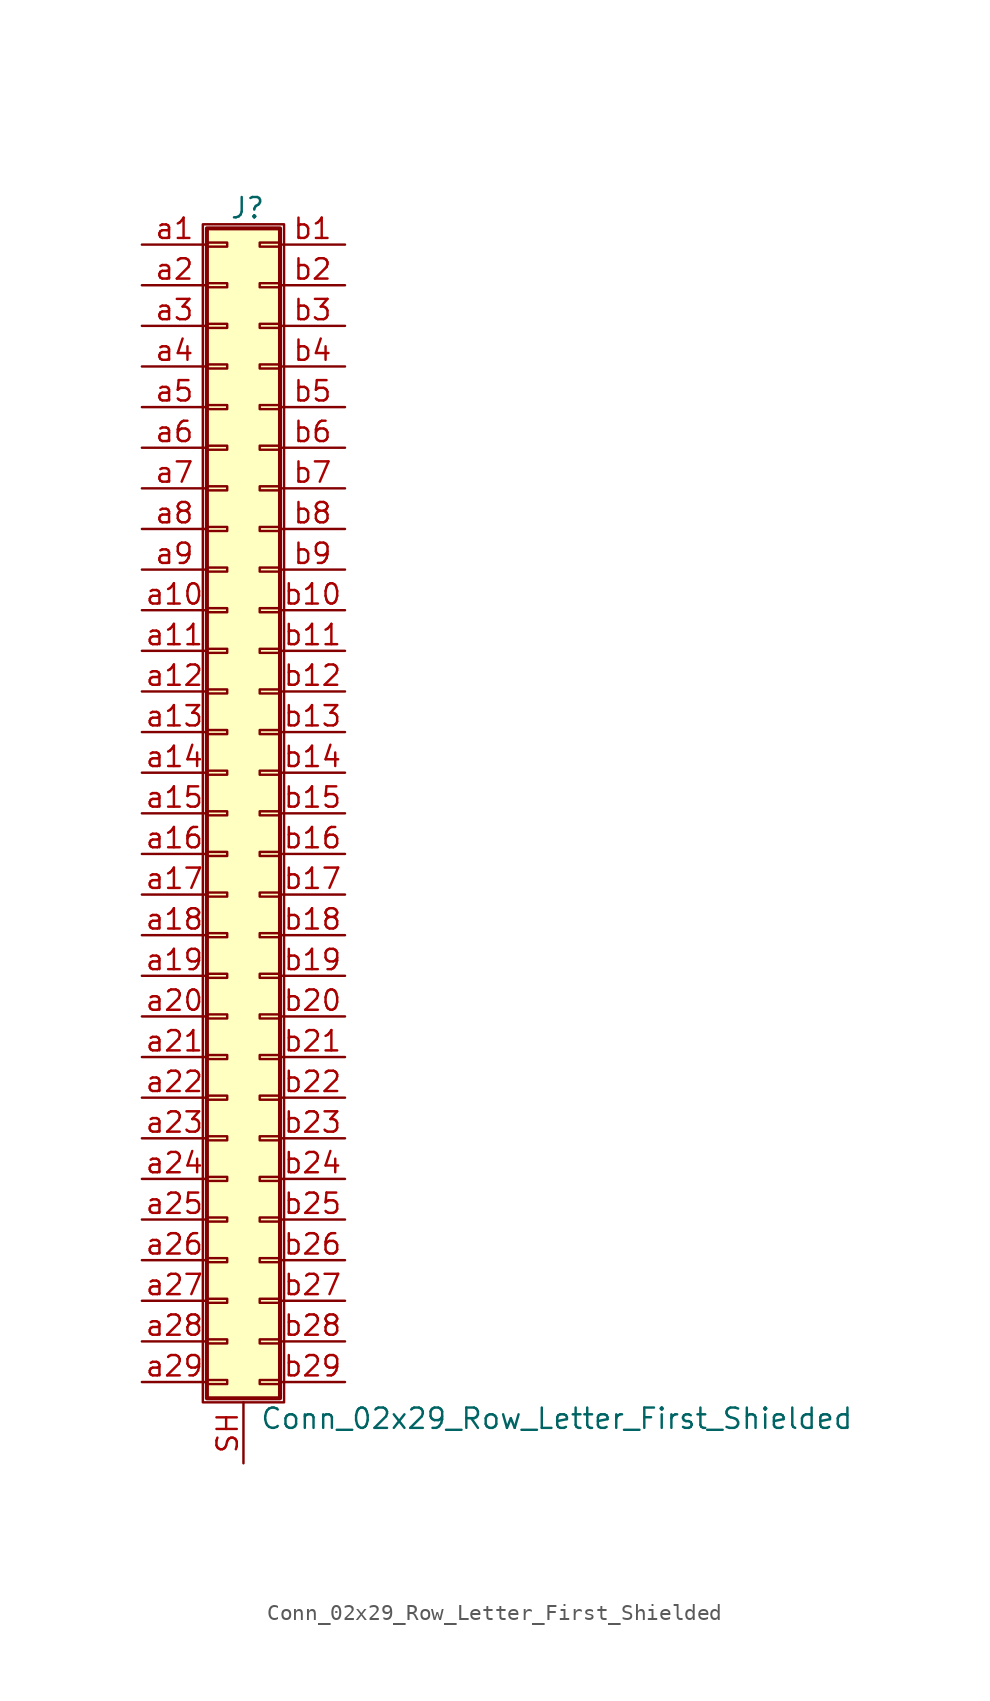
<source format=kicad_sym>
(kicad_symbol_lib
  (version 20201005)
  (generator kicad_symbol_editor)
  (symbol "Connector_Generic_Shielded:Conn_02x29_Row_Letter_First_Shielded"
    (pin_names
      (offset 1.016) hide)
    (property "Reference" "J"
      (at 1.524 37.846 0)
      (effects (font (size 1.27 1.27))))
    (property "Value" "Conn_02x29_Row_Letter_First_Shielded"
      (at 2.286 -37.846 0)
      (effects (font (size 1.27 1.27)) (justify left)))
    (symbol "Conn_02x29_Row_Letter_First_Shielded_1_1"
      (rectangle (start -1.016 -27.813) (end 0.254 -28.067) (stroke (width 0.152)) (fill (type none)))
      (rectangle (start -1.016 -30.353) (end 0.254 -30.607) (stroke (width 0.152)) (fill (type none)))
      (rectangle (start -1.016 -32.893) (end 0.254 -33.147) (stroke (width 0.152)) (fill (type none)))
      (rectangle (start -1.016 -35.433) (end 0.254 -35.687) (stroke (width 0.152)) (fill (type none)))
      (rectangle (start -1.016 -4.953) (end 0.254 -5.207) (stroke (width 0.152)) (fill (type none)))
      (rectangle (start -1.016 -7.493) (end 0.254 -7.747) (stroke (width 0.152)) (fill (type none)))
      (rectangle (start -1.016 -10.033) (end 0.254 -10.287) (stroke (width 0.152)) (fill (type none)))
      (rectangle (start -1.016 -12.573) (end 0.254 -12.827) (stroke (width 0.152)) (fill (type none)))
      (rectangle (start -1.016 -15.113) (end 0.254 -15.367) (stroke (width 0.152)) (fill (type none)))
      (rectangle (start -1.016 -17.653) (end 0.254 -17.907) (stroke (width 0.152)) (fill (type none)))
      (rectangle (start -1.016 -20.193) (end 0.254 -20.447) (stroke (width 0.152)) (fill (type none)))
      (rectangle (start -1.016 -22.733) (end 0.254 -22.987) (stroke (width 0.152)) (fill (type none)))
      (rectangle (start -1.016 -2.413) (end 0.254 -2.667) (stroke (width 0.152)) (fill (type none)))
      (rectangle (start -1.016 -25.273) (end 0.254 -25.527) (stroke (width 0.152)) (fill (type none)))
      (rectangle (start -1.016 25.527) (end 0.254 25.273) (stroke (width 0.152)) (fill (type none)))
      (rectangle (start -1.016 2.667) (end 0.254 2.413) (stroke (width 0.152)) (fill (type none)))
      (rectangle (start -1.016 28.067) (end 0.254 27.813) (stroke (width 0.152)) (fill (type none)))
      (rectangle (start -1.016 30.607) (end 0.254 30.353) (stroke (width 0.152)) (fill (type none)))
      (rectangle (start -1.016 33.147) (end 0.254 32.893) (stroke (width 0.152)) (fill (type none)))
      (rectangle (start -1.016 35.687) (end 0.254 35.433) (stroke (width 0.152)) (fill (type none)))
      (rectangle (start -1.016 36.576) (end 3.556 -36.576) (stroke (width 0.254)) (fill (type background)))
      (rectangle (start -1.016 5.207) (end 0.254 4.953) (stroke (width 0.152)) (fill (type none)))
      (rectangle (start -1.016 7.747) (end 0.254 7.493) (stroke (width 0.152)) (fill (type none)))
      (rectangle (start -1.016 10.287) (end 0.254 10.033) (stroke (width 0.152)) (fill (type none)))
      (rectangle (start -1.016 0.127) (end 0.254 -0.127) (stroke (width 0.152)) (fill (type none)))
      (rectangle (start -1.016 12.827) (end 0.254 12.573) (stroke (width 0.152)) (fill (type none)))
      (rectangle (start -1.016 15.367) (end 0.254 15.113) (stroke (width 0.152)) (fill (type none)))
      (rectangle (start -1.016 17.907) (end 0.254 17.653) (stroke (width 0.152)) (fill (type none)))
      (rectangle (start -1.016 20.447) (end 0.254 20.193) (stroke (width 0.152)) (fill (type none)))
      (rectangle (start -1.016 22.987) (end 0.254 22.733) (stroke (width 0.152)) (fill (type none)))
      (rectangle (start -1.27 36.83) (end 3.81 -36.83) (stroke (width 0.152)) (fill (type none)))
      (rectangle (start 3.556 -27.813) (end 2.286 -28.067) (stroke (width 0.152)) (fill (type none)))
      (rectangle (start 3.556 -30.353) (end 2.286 -30.607) (stroke (width 0.152)) (fill (type none)))
      (rectangle (start 3.556 -32.893) (end 2.286 -33.147) (stroke (width 0.152)) (fill (type none)))
      (rectangle (start 3.556 -35.433) (end 2.286 -35.687) (stroke (width 0.152)) (fill (type none)))
      (rectangle (start 3.556 -4.953) (end 2.286 -5.207) (stroke (width 0.152)) (fill (type none)))
      (rectangle (start 3.556 -7.493) (end 2.286 -7.747) (stroke (width 0.152)) (fill (type none)))
      (rectangle (start 3.556 -10.033) (end 2.286 -10.287) (stroke (width 0.152)) (fill (type none)))
      (rectangle (start 3.556 -12.573) (end 2.286 -12.827) (stroke (width 0.152)) (fill (type none)))
      (rectangle (start 3.556 -15.113) (end 2.286 -15.367) (stroke (width 0.152)) (fill (type none)))
      (rectangle (start 3.556 -17.653) (end 2.286 -17.907) (stroke (width 0.152)) (fill (type none)))
      (rectangle (start 3.556 -20.193) (end 2.286 -20.447) (stroke (width 0.152)) (fill (type none)))
      (rectangle (start 3.556 -22.733) (end 2.286 -22.987) (stroke (width 0.152)) (fill (type none)))
      (rectangle (start 3.556 -2.413) (end 2.286 -2.667) (stroke (width 0.152)) (fill (type none)))
      (rectangle (start 3.556 -25.273) (end 2.286 -25.527) (stroke (width 0.152)) (fill (type none)))
      (rectangle (start 3.556 25.527) (end 2.286 25.273) (stroke (width 0.152)) (fill (type none)))
      (rectangle (start 3.556 2.667) (end 2.286 2.413) (stroke (width 0.152)) (fill (type none)))
      (rectangle (start 3.556 28.067) (end 2.286 27.813) (stroke (width 0.152)) (fill (type none)))
      (rectangle (start 3.556 30.607) (end 2.286 30.353) (stroke (width 0.152)) (fill (type none)))
      (rectangle (start 3.556 33.147) (end 2.286 32.893) (stroke (width 0.152)) (fill (type none)))
      (rectangle (start 3.556 35.687) (end 2.286 35.433) (stroke (width 0.152)) (fill (type none)))
      (rectangle (start 3.556 5.207) (end 2.286 4.953) (stroke (width 0.152)) (fill (type none)))
      (rectangle (start 3.556 7.747) (end 2.286 7.493) (stroke (width 0.152)) (fill (type none)))
      (rectangle (start 3.556 10.287) (end 2.286 10.033) (stroke (width 0.152)) (fill (type none)))
      (rectangle (start 3.556 0.127) (end 2.286 -0.127) (stroke (width 0.152)) (fill (type none)))
      (rectangle (start 3.556 12.827) (end 2.286 12.573) (stroke (width 0.152)) (fill (type none)))
      (rectangle (start 3.556 15.367) (end 2.286 15.113) (stroke (width 0.152)) (fill (type none)))
      (rectangle (start 3.556 17.907) (end 2.286 17.653) (stroke (width 0.152)) (fill (type none)))
      (rectangle (start 3.556 20.447) (end 2.286 20.193) (stroke (width 0.152)) (fill (type none)))
      (rectangle (start 3.556 22.987) (end 2.286 22.733) (stroke (width 0.152)) (fill (type none)))
      (pin passive line (at -5.08 35.56 0) (length 4.064) (name "Pin_a1" (effects (font (size 1.27 1.27)))) (number "a1" (effects (font (size 1.27 1.27)))))
      (pin passive line (at -5.08 12.7 0) (length 4.064) (name "Pin_a10" (effects (font (size 1.27 1.27)))) (number "a10" (effects (font (size 1.27 1.27)))))
      (pin passive line (at -5.08 10.16 0) (length 4.064) (name "Pin_a11" (effects (font (size 1.27 1.27)))) (number "a11" (effects (font (size 1.27 1.27)))))
      (pin passive line (at -5.08 7.62 0) (length 4.064) (name "Pin_a12" (effects (font (size 1.27 1.27)))) (number "a12" (effects (font (size 1.27 1.27)))))
      (pin passive line (at -5.08 5.08 0) (length 4.064) (name "Pin_a13" (effects (font (size 1.27 1.27)))) (number "a13" (effects (font (size 1.27 1.27)))))
      (pin passive line (at -5.08 2.54 0) (length 4.064) (name "Pin_a14" (effects (font (size 1.27 1.27)))) (number "a14" (effects (font (size 1.27 1.27)))))
      (pin passive line (at -5.08 0 0) (length 4.064) (name "Pin_a15" (effects (font (size 1.27 1.27)))) (number "a15" (effects (font (size 1.27 1.27)))))
      (pin passive line (at -5.08 -2.54 0) (length 4.064) (name "Pin_a16" (effects (font (size 1.27 1.27)))) (number "a16" (effects (font (size 1.27 1.27)))))
      (pin passive line (at -5.08 -5.08 0) (length 4.064) (name "Pin_a17" (effects (font (size 1.27 1.27)))) (number "a17" (effects (font (size 1.27 1.27)))))
      (pin passive line (at -5.08 -7.62 0) (length 4.064) (name "Pin_a18" (effects (font (size 1.27 1.27)))) (number "a18" (effects (font (size 1.27 1.27)))))
      (pin passive line (at -5.08 -10.16 0) (length 4.064) (name "Pin_a19" (effects (font (size 1.27 1.27)))) (number "a19" (effects (font (size 1.27 1.27)))))
      (pin passive line (at -5.08 33.02 0) (length 4.064) (name "Pin_a2" (effects (font (size 1.27 1.27)))) (number "a2" (effects (font (size 1.27 1.27)))))
      (pin passive line (at -5.08 -12.7 0) (length 4.064) (name "Pin_a20" (effects (font (size 1.27 1.27)))) (number "a20" (effects (font (size 1.27 1.27)))))
      (pin passive line (at -5.08 -15.24 0) (length 4.064) (name "Pin_a21" (effects (font (size 1.27 1.27)))) (number "a21" (effects (font (size 1.27 1.27)))))
      (pin passive line (at -5.08 -17.78 0) (length 4.064) (name "Pin_a22" (effects (font (size 1.27 1.27)))) (number "a22" (effects (font (size 1.27 1.27)))))
      (pin passive line (at -5.08 -20.32 0) (length 4.064) (name "Pin_a23" (effects (font (size 1.27 1.27)))) (number "a23" (effects (font (size 1.27 1.27)))))
      (pin passive line (at -5.08 -22.86 0) (length 4.064) (name "Pin_a24" (effects (font (size 1.27 1.27)))) (number "a24" (effects (font (size 1.27 1.27)))))
      (pin passive line (at -5.08 -25.4 0) (length 4.064) (name "Pin_a25" (effects (font (size 1.27 1.27)))) (number "a25" (effects (font (size 1.27 1.27)))))
      (pin passive line (at -5.08 -27.94 0) (length 4.064) (name "Pin_a26" (effects (font (size 1.27 1.27)))) (number "a26" (effects (font (size 1.27 1.27)))))
      (pin passive line (at -5.08 -30.48 0) (length 4.064) (name "Pin_a27" (effects (font (size 1.27 1.27)))) (number "a27" (effects (font (size 1.27 1.27)))))
      (pin passive line (at -5.08 -33.02 0) (length 4.064) (name "Pin_a28" (effects (font (size 1.27 1.27)))) (number "a28" (effects (font (size 1.27 1.27)))))
      (pin passive line (at -5.08 -35.56 0) (length 4.064) (name "Pin_a29" (effects (font (size 1.27 1.27)))) (number "a29" (effects (font (size 1.27 1.27)))))
      (pin passive line (at -5.08 30.48 0) (length 4.064) (name "Pin_a3" (effects (font (size 1.27 1.27)))) (number "a3" (effects (font (size 1.27 1.27)))))
      (pin passive line (at -5.08 27.94 0) (length 4.064) (name "Pin_a4" (effects (font (size 1.27 1.27)))) (number "a4" (effects (font (size 1.27 1.27)))))
      (pin passive line (at -5.08 25.4 0) (length 4.064) (name "Pin_a5" (effects (font (size 1.27 1.27)))) (number "a5" (effects (font (size 1.27 1.27)))))
      (pin passive line (at -5.08 22.86 0) (length 4.064) (name "Pin_a6" (effects (font (size 1.27 1.27)))) (number "a6" (effects (font (size 1.27 1.27)))))
      (pin passive line (at -5.08 20.32 0) (length 4.064) (name "Pin_a7" (effects (font (size 1.27 1.27)))) (number "a7" (effects (font (size 1.27 1.27)))))
      (pin passive line (at -5.08 17.78 0) (length 4.064) (name "Pin_a8" (effects (font (size 1.27 1.27)))) (number "a8" (effects (font (size 1.27 1.27)))))
      (pin passive line (at -5.08 15.24 0) (length 4.064) (name "Pin_a9" (effects (font (size 1.27 1.27)))) (number "a9" (effects (font (size 1.27 1.27)))))
      (pin passive line (at 7.62 35.56 180) (length 4.064) (name "Pin_b1" (effects (font (size 1.27 1.27)))) (number "b1" (effects (font (size 1.27 1.27)))))
      (pin passive line (at 7.62 12.7 180) (length 4.064) (name "Pin_b10" (effects (font (size 1.27 1.27)))) (number "b10" (effects (font (size 1.27 1.27)))))
      (pin passive line (at 7.62 10.16 180) (length 4.064) (name "Pin_b11" (effects (font (size 1.27 1.27)))) (number "b11" (effects (font (size 1.27 1.27)))))
      (pin passive line (at 7.62 7.62 180) (length 4.064) (name "Pin_b12" (effects (font (size 1.27 1.27)))) (number "b12" (effects (font (size 1.27 1.27)))))
      (pin passive line (at 7.62 5.08 180) (length 4.064) (name "Pin_b13" (effects (font (size 1.27 1.27)))) (number "b13" (effects (font (size 1.27 1.27)))))
      (pin passive line (at 7.62 2.54 180) (length 4.064) (name "Pin_b14" (effects (font (size 1.27 1.27)))) (number "b14" (effects (font (size 1.27 1.27)))))
      (pin passive line (at 7.62 0 180) (length 4.064) (name "Pin_b15" (effects (font (size 1.27 1.27)))) (number "b15" (effects (font (size 1.27 1.27)))))
      (pin passive line (at 7.62 -2.54 180) (length 4.064) (name "Pin_b16" (effects (font (size 1.27 1.27)))) (number "b16" (effects (font (size 1.27 1.27)))))
      (pin passive line (at 7.62 -5.08 180) (length 4.064) (name "Pin_b17" (effects (font (size 1.27 1.27)))) (number "b17" (effects (font (size 1.27 1.27)))))
      (pin passive line (at 7.62 -7.62 180) (length 4.064) (name "Pin_b18" (effects (font (size 1.27 1.27)))) (number "b18" (effects (font (size 1.27 1.27)))))
      (pin passive line (at 7.62 -10.16 180) (length 4.064) (name "Pin_b19" (effects (font (size 1.27 1.27)))) (number "b19" (effects (font (size 1.27 1.27)))))
      (pin passive line (at 7.62 33.02 180) (length 4.064) (name "Pin_b2" (effects (font (size 1.27 1.27)))) (number "b2" (effects (font (size 1.27 1.27)))))
      (pin passive line (at 7.62 -12.7 180) (length 4.064) (name "Pin_b20" (effects (font (size 1.27 1.27)))) (number "b20" (effects (font (size 1.27 1.27)))))
      (pin passive line (at 7.62 -15.24 180) (length 4.064) (name "Pin_b21" (effects (font (size 1.27 1.27)))) (number "b21" (effects (font (size 1.27 1.27)))))
      (pin passive line (at 7.62 -17.78 180) (length 4.064) (name "Pin_b22" (effects (font (size 1.27 1.27)))) (number "b22" (effects (font (size 1.27 1.27)))))
      (pin passive line (at 7.62 -20.32 180) (length 4.064) (name "Pin_b23" (effects (font (size 1.27 1.27)))) (number "b23" (effects (font (size 1.27 1.27)))))
      (pin passive line (at 7.62 -22.86 180) (length 4.064) (name "Pin_b24" (effects (font (size 1.27 1.27)))) (number "b24" (effects (font (size 1.27 1.27)))))
      (pin passive line (at 7.62 -25.4 180) (length 4.064) (name "Pin_b25" (effects (font (size 1.27 1.27)))) (number "b25" (effects (font (size 1.27 1.27)))))
      (pin passive line (at 7.62 -27.94 180) (length 4.064) (name "Pin_b26" (effects (font (size 1.27 1.27)))) (number "b26" (effects (font (size 1.27 1.27)))))
      (pin passive line (at 7.62 -30.48 180) (length 4.064) (name "Pin_b27" (effects (font (size 1.27 1.27)))) (number "b27" (effects (font (size 1.27 1.27)))))
      (pin passive line (at 7.62 -33.02 180) (length 4.064) (name "Pin_b28" (effects (font (size 1.27 1.27)))) (number "b28" (effects (font (size 1.27 1.27)))))
      (pin passive line (at 7.62 -35.56 180) (length 4.064) (name "Pin_b29" (effects (font (size 1.27 1.27)))) (number "b29" (effects (font (size 1.27 1.27)))))
      (pin passive line (at 7.62 30.48 180) (length 4.064) (name "Pin_b3" (effects (font (size 1.27 1.27)))) (number "b3" (effects (font (size 1.27 1.27)))))
      (pin passive line (at 7.62 27.94 180) (length 4.064) (name "Pin_b4" (effects (font (size 1.27 1.27)))) (number "b4" (effects (font (size 1.27 1.27)))))
      (pin passive line (at 7.62 25.4 180) (length 4.064) (name "Pin_b5" (effects (font (size 1.27 1.27)))) (number "b5" (effects (font (size 1.27 1.27)))))
      (pin passive line (at 7.62 22.86 180) (length 4.064) (name "Pin_b6" (effects (font (size 1.27 1.27)))) (number "b6" (effects (font (size 1.27 1.27)))))
      (pin passive line (at 7.62 20.32 180) (length 4.064) (name "Pin_b7" (effects (font (size 1.27 1.27)))) (number "b7" (effects (font (size 1.27 1.27)))))
      (pin passive line (at 7.62 17.78 180) (length 4.064) (name "Pin_b8" (effects (font (size 1.27 1.27)))) (number "b8" (effects (font (size 1.27 1.27)))))
      (pin passive line (at 7.62 15.24 180) (length 4.064) (name "Pin_b9" (effects (font (size 1.27 1.27)))) (number "b9" (effects (font (size 1.27 1.27)))))
      (pin passive line (at 1.27 -40.64 90) (length 3.81) (name "Shield" (effects (font (size 1.27 1.27)))) (number "SH" (effects (font (size 1.27 1.27))))))))
</source>
